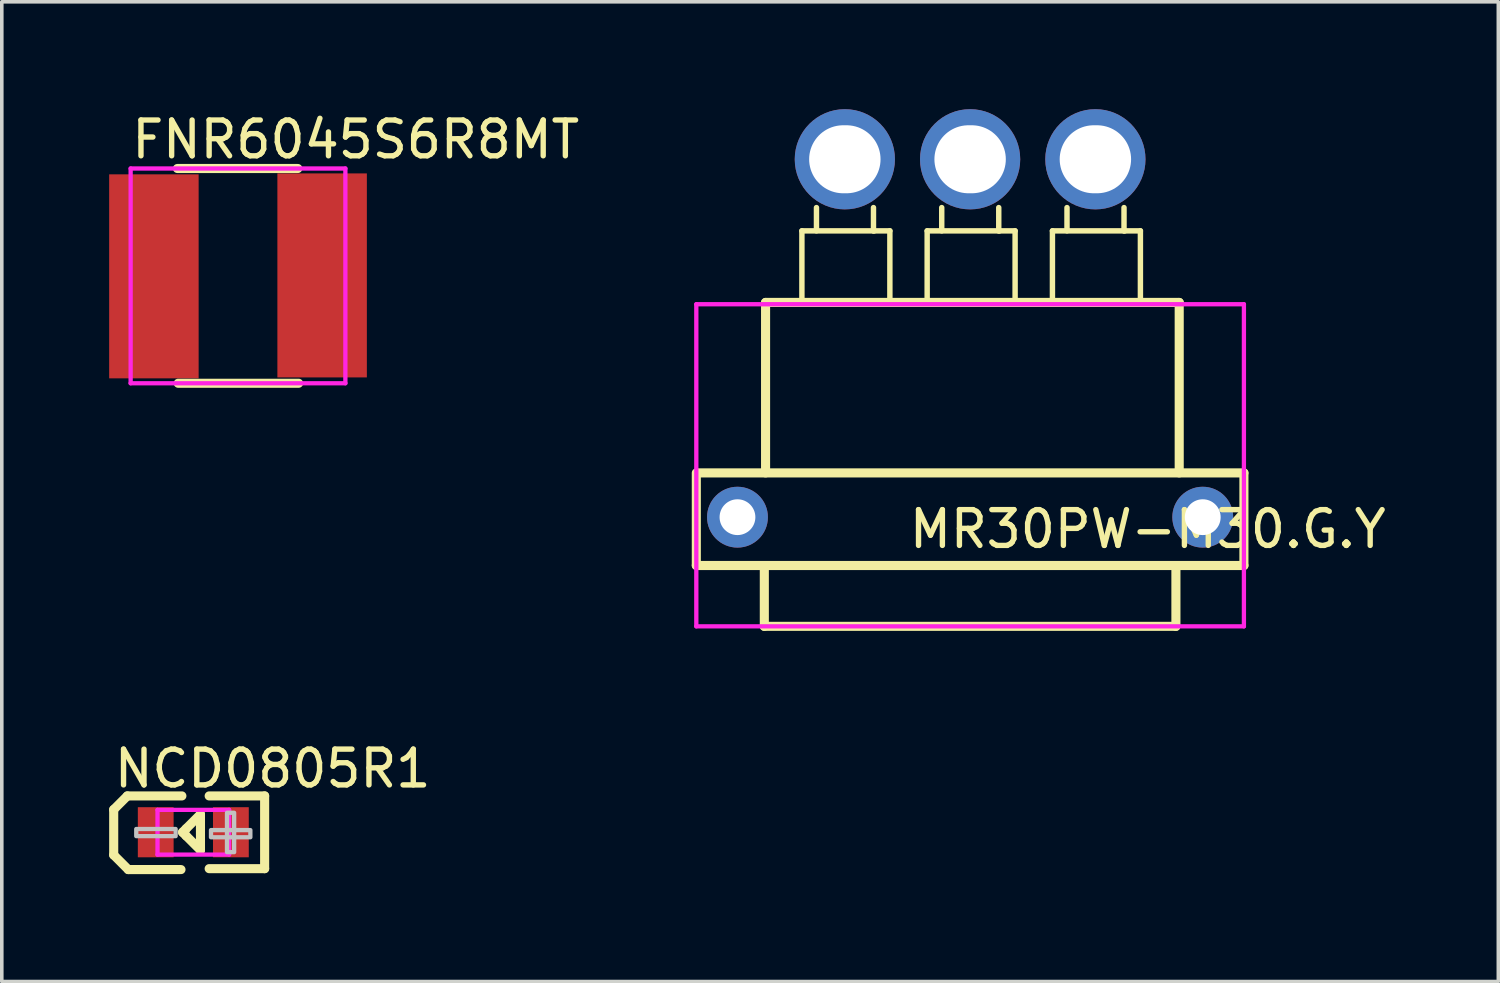
<source format=kicad_pcb>
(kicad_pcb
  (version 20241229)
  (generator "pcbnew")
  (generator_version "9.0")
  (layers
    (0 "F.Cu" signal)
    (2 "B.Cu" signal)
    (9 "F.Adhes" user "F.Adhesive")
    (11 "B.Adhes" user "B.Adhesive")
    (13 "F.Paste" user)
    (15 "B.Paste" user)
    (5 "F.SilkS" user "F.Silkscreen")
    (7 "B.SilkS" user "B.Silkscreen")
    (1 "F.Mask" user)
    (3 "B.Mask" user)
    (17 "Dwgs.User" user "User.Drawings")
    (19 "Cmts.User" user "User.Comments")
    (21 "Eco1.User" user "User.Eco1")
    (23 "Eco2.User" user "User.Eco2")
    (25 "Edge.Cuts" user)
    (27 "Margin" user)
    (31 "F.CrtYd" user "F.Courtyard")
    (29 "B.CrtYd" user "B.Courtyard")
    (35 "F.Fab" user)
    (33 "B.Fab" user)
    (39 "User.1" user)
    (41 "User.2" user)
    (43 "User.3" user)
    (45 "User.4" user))
  (footprint "NCD0805R1"
    (layer "F.Cu")
    (at 2.351 20.203)
    (property "Reference" "NCD0805R1" (at -2.286 -1.778 0) (layer "F.SilkS") (effects (font (size 1 1) (thickness 0.15)) (justify left)))
    (attr through_hole)
    (fp_line (start -2.224 -0.634) (end -1.843 -1.015) (stroke (width 0.254) (type solid)) (layer "F.SilkS"))
    (fp_line (start -2.224 0.636) (end -2.224 -0.634) (stroke (width 0.254) (type solid)) (layer "F.SilkS"))
    (fp_line (start -1.843 -1.015) (end -0.319 -1.015) (stroke (width 0.254) (type solid)) (layer "F.SilkS"))
    (fp_line (start -1.817 1.043) (end -2.224 0.636) (stroke (width 0.254) (type solid)) (layer "F.SilkS"))
    (fp_line (start -0.344 1.043) (end -1.817 1.043) (stroke (width 0.254) (type solid)) (layer "F.SilkS"))
    (fp_line (start -0.3 0) (end -0.2 0.1) (stroke (width 0.254) (type solid)) (layer "F.SilkS"))
    (fp_line (start -0.2 -0.1) (end -0.3 0) (stroke (width 0.254) (type solid)) (layer "F.SilkS"))
    (fp_line (start -0.2 0.1) (end 0.2 0.5) (stroke (width 0.254) (type solid)) (layer "F.SilkS"))
    (fp_line (start 0.2 -0.5) (end -0.2 -0.1) (stroke (width 0.254) (type solid)) (layer "F.SilkS"))
    (fp_line (start 0.2 -0.5) (end 0.2 0.5) (stroke (width 0.254) (type solid)) (layer "F.SilkS"))
    (fp_line (start 0.443 1.017) (end 1.993 1.017) (stroke (width 0.254) (type solid)) (layer "F.SilkS"))
    (fp_line (start 1.993 -1.015) (end 0.443 -1.015) (stroke (width 0.254) (type solid)) (layer "F.SilkS"))
    (fp_line (start 1.993 1.017) (end 1.993 -1.015) (stroke (width 0.254) (type solid)) (layer "F.SilkS"))
    (fp_poly (pts (xy -0.494 0.109) (xy -1.594 0.109) (xy -1.594 -0.091) (xy -0.494 -0.091)) (stroke (width 0.12) (type solid)) (fill no) (layer "Dwgs.User"))
    (fp_poly (pts (xy 0.494 -0.06) (xy 1.594 -0.06) (xy 1.594 0.14) (xy 0.494 0.14)) (stroke (width 0.12) (type solid)) (fill no) (layer "Dwgs.User"))
    (fp_poly (pts (xy 0.941 0.556) (xy 0.941 -0.544) (xy 1.141 -0.544) (xy 1.141 0.556)) (stroke (width 0.12) (type solid)) (fill no) (layer "Dwgs.User"))
    (fp_circle (center 1 -0.625) (end 1.03 -0.625) (stroke (width 0.06) (type solid)) (fill no) (layer "Eco2.User"))
    (fp_poly (pts (xy -0.6 0.625) (xy -1 0.625) (xy -1 -0.625) (xy -0.6 -0.625)) (stroke (width 0.12) (type solid)) (fill no) (layer "Eco2.User"))
    (fp_poly (pts (xy 1 0.625) (xy 0.6 0.625) (xy 0.6 -0.625) (xy 1 -0.625)) (stroke (width 0.12) (type solid)) (fill no) (layer "Eco2.User"))
    (fp_line (start -1 -0.625) (end 1 -0.625) (stroke (width 0.12) (type solid)) (layer "F.CrtYd"))
    (fp_line (start -1 0.625) (end -1 -0.625) (stroke (width 0.12) (type solid)) (layer "F.CrtYd"))
    (fp_line (start 1 -0.625) (end 1 0.625) (stroke (width 0.12) (type solid)) (layer "F.CrtYd"))
    (fp_line (start 1 0.625) (end -1 0.625) (stroke (width 0.12) (type solid)) (layer "F.CrtYd"))
    (pad "1" smd rect (at 1.05 0 180) (size 1 1.4) (layers "F.Cu" "F.Mask" "F.Paste"))
    (pad "2" smd rect (at -1.05 0 180) (size 1 1.4) (layers "F.Cu" "F.Mask" "F.Paste")))
  (footprint "MR30PW-M30.G.Y"
    (layer "F.Cu")
    (at 24.055 6.4)
    (property "Reference" "MR30PW-M30.G.Y" (at -1.778 5.334 0) (layer "F.SilkS") (effects (font (size 1 1) (thickness 0.15)) (justify left)))
    (attr through_hole)
    (fp_line (start -7.65 6.35) (end -7.65 3.763) (stroke (width 0.254) (type solid)) (layer "F.SilkS"))
    (fp_line (start -7.65 6.35) (end 7.65 6.35) (stroke (width 0.254) (type solid)) (layer "F.SilkS"))
    (fp_line (start -5.75 8.05) (end -5.75 6.35) (stroke (width 0.254) (type solid)) (layer "F.SilkS"))
    (fp_line (start -5.75 8.05) (end 5.75 8.05) (stroke (width 0.254) (type solid)) (layer "F.SilkS"))
    (fp_line (start -5.715 -1) (end -5.715 3.763) (stroke (width 0.254) (type solid)) (layer "F.SilkS"))
    (fp_line (start -4.7 -3) (end -2.242 -3) (stroke (width 0.152) (type solid)) (layer "F.SilkS"))
    (fp_line (start -4.7 -1) (end -5.715 -1) (stroke (width 0.254) (type solid)) (layer "F.SilkS"))
    (fp_line (start -4.7 -1) (end -4.7 -3) (stroke (width 0.152) (type solid)) (layer "F.SilkS"))
    (fp_line (start -4.7 -1) (end 4.758 -1) (stroke (width 0.254) (type solid)) (layer "F.SilkS"))
    (fp_line (start -4.293 -3) (end -4.293 -3.65) (stroke (width 0.152) (type solid)) (layer "F.SilkS"))
    (fp_line (start -2.7 -3.65) (end -2.7 -3) (stroke (width 0.152) (type solid)) (layer "F.SilkS"))
    (fp_line (start -2.7 -3) (end -2.675 -3) (stroke (width 0.152) (type solid)) (layer "F.SilkS"))
    (fp_line (start -2.242 -3) (end -2.242 -1) (stroke (width 0.152) (type solid)) (layer "F.SilkS"))
    (fp_line (start -1.2 -3) (end 1.257 -3) (stroke (width 0.152) (type solid)) (layer "F.SilkS"))
    (fp_line (start -1.2 -1) (end -1.2 -3) (stroke (width 0.152) (type solid)) (layer "F.SilkS"))
    (fp_line (start -0.793 -3) (end -0.793 -3.65) (stroke (width 0.152) (type solid)) (layer "F.SilkS"))
    (fp_line (start 0.8 -3.65) (end 0.8 -3) (stroke (width 0.152) (type solid)) (layer "F.SilkS"))
    (fp_line (start 0.8 -3) (end 0.825 -3) (stroke (width 0.152) (type solid)) (layer "F.SilkS"))
    (fp_line (start 1.257 -3) (end 1.257 -1) (stroke (width 0.152) (type solid)) (layer "F.SilkS"))
    (fp_line (start 2.3 -3) (end 4.758 -3) (stroke (width 0.152) (type solid)) (layer "F.SilkS"))
    (fp_line (start 2.3 -1) (end 2.3 -3) (stroke (width 0.152) (type solid)) (layer "F.SilkS"))
    (fp_line (start 2.707 -3) (end 2.707 -3.65) (stroke (width 0.152) (type solid)) (layer "F.SilkS"))
    (fp_line (start 4.3 -3.65) (end 4.3 -3) (stroke (width 0.152) (type solid)) (layer "F.SilkS"))
    (fp_line (start 4.3 -3) (end 4.325 -3) (stroke (width 0.152) (type solid)) (layer "F.SilkS"))
    (fp_line (start 4.758 -3) (end 4.758 -1) (stroke (width 0.152) (type solid)) (layer "F.SilkS"))
    (fp_line (start 4.758 -1) (end 5.842 -1) (stroke (width 0.254) (type solid)) (layer "F.SilkS"))
    (fp_line (start 5.75 8.05) (end 5.75 6.35) (stroke (width 0.254) (type solid)) (layer "F.SilkS"))
    (fp_line (start 5.842 -1) (end 5.842 3.763) (stroke (width 0.254) (type solid)) (layer "F.SilkS"))
    (fp_line (start 7.65 3.763) (end -7.62 3.763) (stroke (width 0.254) (type solid)) (layer "F.SilkS"))
    (fp_line (start 7.65 6.35) (end 7.65 3.763) (stroke (width 0.254) (type solid)) (layer "F.SilkS"))
    (fp_line (start -4.3 -5.8) (end -4.3 -0.9) (stroke (width 0.12) (type solid)) (layer "Eco2.User"))
    (fp_line (start -4.3 -0.9) (end -2.7 -0.9) (stroke (width 0.12) (type solid)) (layer "Eco2.User"))
    (fp_line (start -2.7 -5.8) (end -4.3 -5.8) (stroke (width 0.12) (type solid)) (layer "Eco2.User"))
    (fp_line (start -2.7 -0.9) (end -2.7 -5.8) (stroke (width 0.12) (type solid)) (layer "Eco2.User"))
    (fp_line (start -0.8 -5.8) (end -0.8 -0.9) (stroke (width 0.12) (type solid)) (layer "Eco2.User"))
    (fp_line (start -0.8 -0.9) (end 0.8 -0.9) (stroke (width 0.12) (type solid)) (layer "Eco2.User"))
    (fp_line (start 0.8 -5.8) (end -0.8 -5.8) (stroke (width 0.12) (type solid)) (layer "Eco2.User"))
    (fp_line (start 0.8 -0.9) (end 0.8 -5.8) (stroke (width 0.12) (type solid)) (layer "Eco2.User"))
    (fp_line (start 2.7 -5.8) (end 2.7 -0.9) (stroke (width 0.12) (type solid)) (layer "Eco2.User"))
    (fp_line (start 2.7 -0.9) (end 4.3 -0.9) (stroke (width 0.12) (type solid)) (layer "Eco2.User"))
    (fp_line (start 4.3 -5.8) (end 2.7 -5.8) (stroke (width 0.12) (type solid)) (layer "Eco2.User"))
    (fp_line (start 4.3 -0.9) (end 4.3 -5.8) (stroke (width 0.12) (type solid)) (layer "Eco2.User"))
    (fp_circle (center -7.65 -5.8) (end -7.62 -5.8) (stroke (width 0.06) (type solid)) (fill no) (layer "Eco2.User"))
    (fp_circle (center -6.5 5) (end -6.3 5) (stroke (width 0.4) (type solid)) (fill no) (layer "Eco2.User"))
    (fp_circle (center -3.5 -5) (end -3.1 -5) (stroke (width 0.8) (type solid)) (fill no) (layer "Eco2.User"))
    (fp_circle (center 0 -5) (end 0.4 -5) (stroke (width 0.8) (type solid)) (fill no) (layer "Eco2.User"))
    (fp_circle (center 3.5 -5) (end 3.9 -5) (stroke (width 0.8) (type solid)) (fill no) (layer "Eco2.User"))
    (fp_circle (center 6.5 5) (end 6.7 5) (stroke (width 0.4) (type solid)) (fill no) (layer "Eco2.User"))
    (fp_line (start -7.65 -0.95) (end 7.65 -0.95) (stroke (width 0.12) (type solid)) (layer "F.CrtYd"))
    (fp_line (start -7.65 8.05) (end -7.65 -0.95) (stroke (width 0.12) (type solid)) (layer "F.CrtYd"))
    (fp_line (start 7.65 -0.95) (end 7.65 8.05) (stroke (width 0.12) (type solid)) (layer "F.CrtYd"))
    (fp_line (start 7.65 8.05) (end -7.65 8.05) (stroke (width 0.12) (type solid)) (layer "F.CrtYd"))
    (pad "1" thru_hole circle (at -3.5 -5 180) (size 2.8 2.8) (drill oval 1.995 1.9) (layers "*.Cu" "*.Mask"))
    (pad "2" thru_hole circle (at 0 -5 180) (size 2.8 2.8) (drill oval 1.995 1.9) (layers "*.Cu" "*.Mask"))
    (pad "3" thru_hole circle (at 3.5 -5 180) (size 2.8 2.8) (drill oval 1.995 1.9) (layers "*.Cu" "*.Mask"))
    (pad "4" thru_hole circle (at 6.5 5 180) (size 1.7 1.7) (drill 1) (layers "*.Cu" "*.Mask"))
    (pad "5" thru_hole circle (at -6.5 5 180) (size 1.7 1.7) (drill 1) (layers "*.Cu" "*.Mask")))
  (footprint "FNR6045S6R8MT"
    (layer "F.Cu")
    (at 3.6 4.658)
    (property "Reference" "FNR6045S6R8MT" (at -3.048 -3.81 0) (layer "F.SilkS") (effects (font (size 1 1) (thickness 0.15)) (justify left)))
    (attr through_hole)
    (fp_line (start -1.693 -3) (end 1.671 -3) (stroke (width 0.254) (type solid)) (layer "F.SilkS"))
    (fp_line (start -1.671 3) (end 1.693 3) (stroke (width 0.254) (type solid)) (layer "F.SilkS"))
    (fp_circle (center -3 -3) (end -2.97 -3) (stroke (width 0.06) (type solid)) (fill no) (layer "Eco2.User"))
    (fp_poly (pts (xy -1.45 -2.437) (xy -1.45 2.463) (xy -3 2.463) (xy -3 -2.437)) (stroke (width 0.12) (type solid)) (fill no) (layer "Eco2.User"))
    (fp_poly (pts (xy 1.45 2.437) (xy 1.45 -2.463) (xy 3 -2.463) (xy 3 2.437)) (stroke (width 0.12) (type solid)) (fill no) (layer "Eco2.User"))
    (fp_line (start -3 -3) (end 3 -3) (stroke (width 0.12) (type solid)) (layer "F.CrtYd"))
    (fp_line (start -3 3) (end -3 -3) (stroke (width 0.12) (type solid)) (layer "F.CrtYd"))
    (fp_line (start 3 -3) (end 3 3) (stroke (width 0.12) (type solid)) (layer "F.CrtYd"))
    (fp_line (start 3 3) (end -3 3) (stroke (width 0.12) (type solid)) (layer "F.CrtYd"))
    (pad "1" smd rect (at -2.35 0.013) (size 2.5 5.7) (layers "F.Cu" "F.Mask" "F.Paste"))
    (pad "2" smd rect (at 2.35 -0.013) (size 2.5 5.7) (layers "F.Cu" "F.Mask" "F.Paste")))
  (gr_rect
    (start -3 -3)
    (end 38.813 24.373)
    (stroke (width 0.1) (type default))
    (fill no)
    (layer "Edge.Cuts")))
</source>
